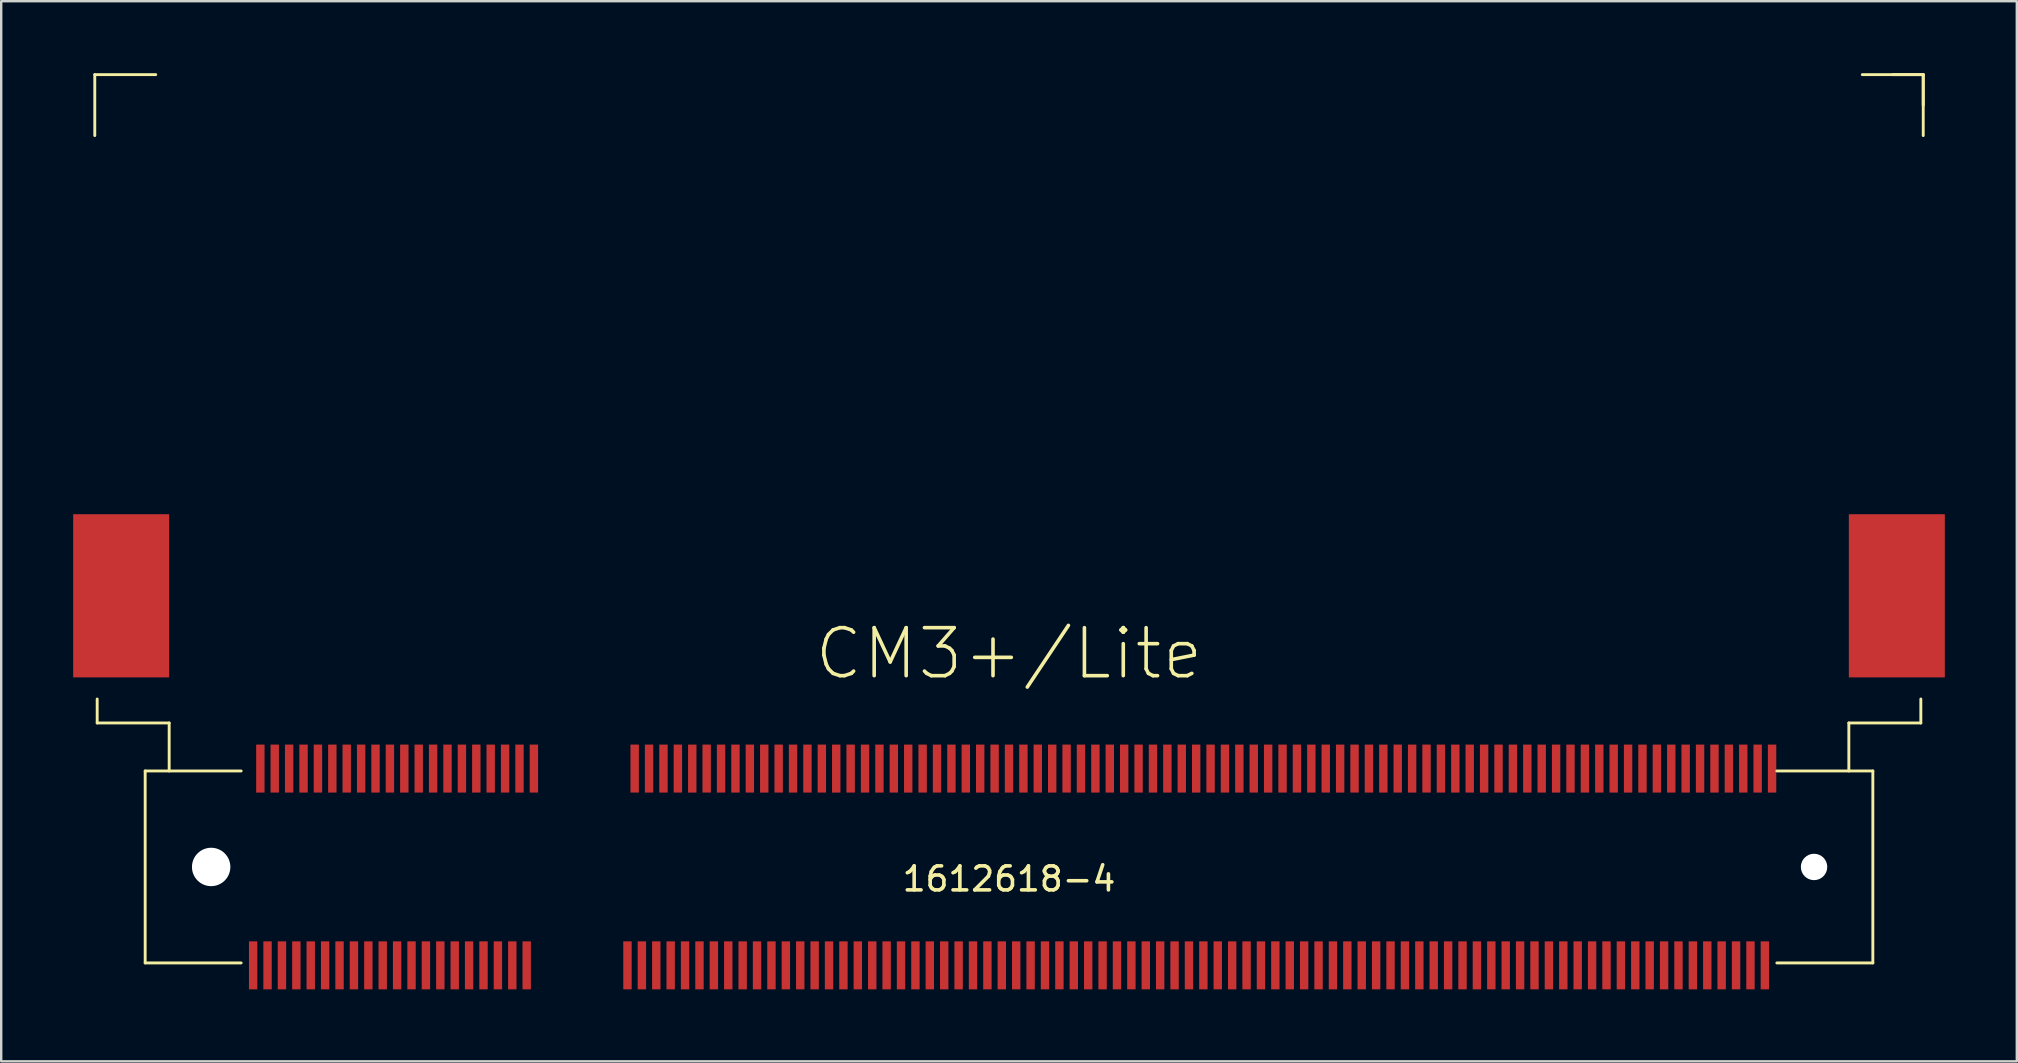
<source format=kicad_pcb>
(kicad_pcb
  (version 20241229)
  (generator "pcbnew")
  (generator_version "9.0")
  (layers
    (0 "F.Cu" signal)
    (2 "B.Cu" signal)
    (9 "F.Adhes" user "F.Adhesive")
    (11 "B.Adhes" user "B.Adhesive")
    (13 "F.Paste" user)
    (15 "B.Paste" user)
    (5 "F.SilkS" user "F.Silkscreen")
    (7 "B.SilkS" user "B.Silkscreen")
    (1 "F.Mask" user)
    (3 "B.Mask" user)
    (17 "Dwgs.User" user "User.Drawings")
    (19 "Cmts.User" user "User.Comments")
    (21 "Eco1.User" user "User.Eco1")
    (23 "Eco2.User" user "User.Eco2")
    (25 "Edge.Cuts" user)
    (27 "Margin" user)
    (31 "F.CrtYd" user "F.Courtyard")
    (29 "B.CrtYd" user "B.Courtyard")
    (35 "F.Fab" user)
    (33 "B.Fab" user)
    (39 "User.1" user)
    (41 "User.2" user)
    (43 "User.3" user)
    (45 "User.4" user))
  (footprint "1612618-4"
    (layer "F.Cu")
    (at 39 33.08)
    (property "Reference" "1612618-4" (at 0 0.5 0) (layer "F.SilkS") (effects (font (size 1 1) (thickness 0.15))))
    (attr through_hole)
    (fp_line (start -38.1 -33.02) (end -35.56 -33.02) (stroke (width 0.12) (type solid)) (layer "F.SilkS"))
    (fp_line (start -38.1 -30.48) (end -38.1 -33.02) (stroke (width 0.12) (type solid)) (layer "F.SilkS"))
    (fp_line (start -38 -6) (end -38 -7) (stroke (width 0.12) (type solid)) (layer "F.SilkS"))
    (fp_line (start -36 -4) (end -36 4) (stroke (width 0.12) (type solid)) (layer "F.SilkS"))
    (fp_line (start -36 -4) (end -32 -4) (stroke (width 0.12) (type solid)) (layer "F.SilkS"))
    (fp_line (start -36 4) (end -32 4) (stroke (width 0.12) (type solid)) (layer "F.SilkS"))
    (fp_line (start -35 -6) (end -38 -6) (stroke (width 0.12) (type solid)) (layer "F.SilkS"))
    (fp_line (start -35 -4) (end -35 -6) (stroke (width 0.12) (type solid)) (layer "F.SilkS"))
    (fp_line (start 32 4) (end 36 4) (stroke (width 0.12) (type solid)) (layer "F.SilkS"))
    (fp_line (start 35 -6) (end 38 -6) (stroke (width 0.12) (type solid)) (layer "F.SilkS"))
    (fp_line (start 35 -4) (end 35 -6) (stroke (width 0.12) (type solid)) (layer "F.SilkS"))
    (fp_line (start 35.56 -33.02) (end 38.1 -33.02) (stroke (width 0.12) (type solid)) (layer "F.SilkS"))
    (fp_line (start 36 -4) (end 32 -4) (stroke (width 0.12) (type solid)) (layer "F.SilkS"))
    (fp_line (start 36 4) (end 36 -4) (stroke (width 0.12) (type solid)) (layer "F.SilkS"))
    (fp_line (start 36.83 -33.02) (end 38.1 -33.02) (stroke (width 0.12) (type solid)) (layer "F.SilkS"))
    (fp_line (start 38 -6) (end 38 -7) (stroke (width 0.12) (type solid)) (layer "F.SilkS"))
    (fp_line (start 38.1 -33.02) (end 38.1 -31.75) (stroke (width 0.12) (type solid)) (layer "F.SilkS"))
    (fp_line (start 38.1 -33.02) (end 38.1 -30.48) (stroke (width 0.12) (type solid)) (layer "F.SilkS"))
    (fp_text user "CM3+/Lite" (at 0 -8.89 0) (layer "F.SilkS") (effects (font (size 2 2) (thickness 0.15))))
    (pad "" smd rect (at -37 -11.3) (size 4 6.8) (layers "F.Cu" "F.Mask" "F.Paste"))
    (pad "" np_thru_hole circle (at -33.25 0) (size 1.6 1.6) (drill 1.6) (layers "*.Cu" "*.Mask"))
    (pad "" np_thru_hole circle (at 33.55 0) (size 1.1 1.1) (drill 1.1) (layers "*.Cu" "*.Mask"))
    (pad "" smd rect (at 37 -11.3) (size 4 6.8) (layers "F.Cu" "F.Mask" "F.Paste"))
    (pad "1" smd rect (at -31.5 4.1) (size 0.35 2) (layers "F.Cu" "F.Mask" "F.Paste"))
    (pad "2" smd rect (at -31.2 -4.1) (size 0.35 2) (layers "F.Cu" "F.Mask" "F.Paste"))
    (pad "3" smd rect (at -30.9 4.1) (size 0.35 2) (layers "F.Cu" "F.Mask" "F.Paste"))
    (pad "4" smd rect (at -30.6 -4.1) (size 0.35 2) (layers "F.Cu" "F.Mask" "F.Paste"))
    (pad "5" smd rect (at -30.3 4.1) (size 0.35 2) (layers "F.Cu" "F.Mask" "F.Paste"))
    (pad "6" smd rect (at -30 -4.1) (size 0.35 2) (layers "F.Cu" "F.Mask" "F.Paste"))
    (pad "7" smd rect (at -29.7 4.1) (size 0.35 2) (layers "F.Cu" "F.Mask" "F.Paste"))
    (pad "8" smd rect (at -29.4 -4.1) (size 0.35 2) (layers "F.Cu" "F.Mask" "F.Paste"))
    (pad "9" smd rect (at -29.1 4.1) (size 0.35 2) (layers "F.Cu" "F.Mask" "F.Paste"))
    (pad "10" smd rect (at -28.8 -4.1) (size 0.35 2) (layers "F.Cu" "F.Mask" "F.Paste"))
    (pad "11" smd rect (at -28.5 4.1) (size 0.35 2) (layers "F.Cu" "F.Mask" "F.Paste"))
    (pad "12" smd rect (at -28.2 -4.1) (size 0.35 2) (layers "F.Cu" "F.Mask" "F.Paste"))
    (pad "13" smd rect (at -27.9 4.1) (size 0.35 2) (layers "F.Cu" "F.Mask" "F.Paste"))
    (pad "14" smd rect (at -27.6 -4.1) (size 0.35 2) (layers "F.Cu" "F.Mask" "F.Paste"))
    (pad "15" smd rect (at -27.3 4.1) (size 0.35 2) (layers "F.Cu" "F.Mask" "F.Paste"))
    (pad "16" smd rect (at -27 -4.1) (size 0.35 2) (layers "F.Cu" "F.Mask" "F.Paste"))
    (pad "17" smd rect (at -26.7 4.1) (size 0.35 2) (layers "F.Cu" "F.Mask" "F.Paste"))
    (pad "18" smd rect (at -26.4 -4.1) (size 0.35 2) (layers "F.Cu" "F.Mask" "F.Paste"))
    (pad "19" smd rect (at -26.1 4.1) (size 0.35 2) (layers "F.Cu" "F.Mask" "F.Paste"))
    (pad "20" smd rect (at -25.8 -4.1) (size 0.35 2) (layers "F.Cu" "F.Mask" "F.Paste"))
    (pad "21" smd rect (at -25.5 4.1) (size 0.35 2) (layers "F.Cu" "F.Mask" "F.Paste"))
    (pad "22" smd rect (at -25.2 -4.1) (size 0.35 2) (layers "F.Cu" "F.Mask" "F.Paste"))
    (pad "23" smd rect (at -24.9 4.1) (size 0.35 2) (layers "F.Cu" "F.Mask" "F.Paste"))
    (pad "24" smd rect (at -24.6 -4.1) (size 0.35 2) (layers "F.Cu" "F.Mask" "F.Paste"))
    (pad "25" smd rect (at -24.3 4.1) (size 0.35 2) (layers "F.Cu" "F.Mask" "F.Paste"))
    (pad "26" smd rect (at -24 -4.1) (size 0.35 2) (layers "F.Cu" "F.Mask" "F.Paste"))
    (pad "27" smd rect (at -23.7 4.1) (size 0.35 2) (layers "F.Cu" "F.Mask" "F.Paste"))
    (pad "28" smd rect (at -23.4 -4.1) (size 0.35 2) (layers "F.Cu" "F.Mask" "F.Paste"))
    (pad "29" smd rect (at -23.1 4.1) (size 0.35 2) (layers "F.Cu" "F.Mask" "F.Paste"))
    (pad "30" smd rect (at -22.8 -4.1) (size 0.35 2) (layers "F.Cu" "F.Mask" "F.Paste"))
    (pad "31" smd rect (at -22.5 4.1) (size 0.35 2) (layers "F.Cu" "F.Mask" "F.Paste"))
    (pad "32" smd rect (at -22.2 -4.1) (size 0.35 2) (layers "F.Cu" "F.Mask" "F.Paste"))
    (pad "33" smd rect (at -21.9 4.1) (size 0.35 2) (layers "F.Cu" "F.Mask" "F.Paste"))
    (pad "34" smd rect (at -21.6 -4.1) (size 0.35 2) (layers "F.Cu" "F.Mask" "F.Paste"))
    (pad "35" smd rect (at -21.3 4.1) (size 0.35 2) (layers "F.Cu" "F.Mask" "F.Paste"))
    (pad "36" smd rect (at -21 -4.1) (size 0.35 2) (layers "F.Cu" "F.Mask" "F.Paste"))
    (pad "37" smd rect (at -20.7 4.1) (size 0.35 2) (layers "F.Cu" "F.Mask" "F.Paste"))
    (pad "38" smd rect (at -20.4 -4.1) (size 0.35 2) (layers "F.Cu" "F.Mask" "F.Paste"))
    (pad "39" smd rect (at -20.1 4.1) (size 0.35 2) (layers "F.Cu" "F.Mask" "F.Paste"))
    (pad "40" smd rect (at -19.8 -4.1) (size 0.35 2) (layers "F.Cu" "F.Mask" "F.Paste"))
    (pad "41" smd rect (at -15.9 4.1) (size 0.35 2) (layers "F.Cu" "F.Mask" "F.Paste"))
    (pad "42" smd rect (at -15.6 -4.1) (size 0.35 2) (layers "F.Cu" "F.Mask" "F.Paste"))
    (pad "43" smd rect (at -15.3 4.1) (size 0.35 2) (layers "F.Cu" "F.Mask" "F.Paste"))
    (pad "44" smd rect (at -15 -4.1) (size 0.35 2) (layers "F.Cu" "F.Mask" "F.Paste"))
    (pad "45" smd rect (at -14.7 4.1) (size 0.35 2) (layers "F.Cu" "F.Mask" "F.Paste"))
    (pad "46" smd rect (at -14.4 -4.1) (size 0.35 2) (layers "F.Cu" "F.Mask" "F.Paste"))
    (pad "47" smd rect (at -14.1 4.1) (size 0.35 2) (layers "F.Cu" "F.Mask" "F.Paste"))
    (pad "48" smd rect (at -13.8 -4.1) (size 0.35 2) (layers "F.Cu" "F.Mask" "F.Paste"))
    (pad "49" smd rect (at -13.5 4.1) (size 0.35 2) (layers "F.Cu" "F.Mask" "F.Paste"))
    (pad "50" smd rect (at -13.2 -4.1) (size 0.35 2) (layers "F.Cu" "F.Mask" "F.Paste"))
    (pad "51" smd rect (at -12.9 4.1) (size 0.35 2) (layers "F.Cu" "F.Mask" "F.Paste"))
    (pad "52" smd rect (at -12.6 -4.1) (size 0.35 2) (layers "F.Cu" "F.Mask" "F.Paste"))
    (pad "53" smd rect (at -12.3 4.1) (size 0.35 2) (layers "F.Cu" "F.Mask" "F.Paste"))
    (pad "54" smd rect (at -12 -4.1) (size 0.35 2) (layers "F.Cu" "F.Mask" "F.Paste"))
    (pad "55" smd rect (at -11.7 4.1) (size 0.35 2) (layers "F.Cu" "F.Mask" "F.Paste"))
    (pad "56" smd rect (at -11.4 -4.1) (size 0.35 2) (layers "F.Cu" "F.Mask" "F.Paste"))
    (pad "57" smd rect (at -11.1 4.1) (size 0.35 2) (layers "F.Cu" "F.Mask" "F.Paste"))
    (pad "58" smd rect (at -10.8 -4.1) (size 0.35 2) (layers "F.Cu" "F.Mask" "F.Paste"))
    (pad "59" smd rect (at -10.5 4.1) (size 0.35 2) (layers "F.Cu" "F.Mask" "F.Paste"))
    (pad "60" smd rect (at -10.2 -4.1) (size 0.35 2) (layers "F.Cu" "F.Mask" "F.Paste"))
    (pad "61" smd rect (at -9.9 4.1) (size 0.35 2) (layers "F.Cu" "F.Mask" "F.Paste"))
    (pad "62" smd rect (at -9.6 -4.1) (size 0.35 2) (layers "F.Cu" "F.Mask" "F.Paste"))
    (pad "63" smd rect (at -9.3 4.1) (size 0.35 2) (layers "F.Cu" "F.Mask" "F.Paste"))
    (pad "64" smd rect (at -9 -4.1) (size 0.35 2) (layers "F.Cu" "F.Mask" "F.Paste"))
    (pad "65" smd rect (at -8.7 4.1) (size 0.35 2) (layers "F.Cu" "F.Mask" "F.Paste"))
    (pad "66" smd rect (at -8.4 -4.1) (size 0.35 2) (layers "F.Cu" "F.Mask" "F.Paste"))
    (pad "67" smd rect (at -8.1 4.1) (size 0.35 2) (layers "F.Cu" "F.Mask" "F.Paste"))
    (pad "68" smd rect (at -7.8 -4.1) (size 0.35 2) (layers "F.Cu" "F.Mask" "F.Paste"))
    (pad "69" smd rect (at -7.5 4.1) (size 0.35 2) (layers "F.Cu" "F.Mask" "F.Paste"))
    (pad "70" smd rect (at -7.2 -4.1) (size 0.35 2) (layers "F.Cu" "F.Mask" "F.Paste"))
    (pad "71" smd rect (at -6.9 4.1) (size 0.35 2) (layers "F.Cu" "F.Mask" "F.Paste"))
    (pad "72" smd rect (at -6.6 -4.1) (size 0.35 2) (layers "F.Cu" "F.Mask" "F.Paste"))
    (pad "73" smd rect (at -6.3 4.1) (size 0.35 2) (layers "F.Cu" "F.Mask" "F.Paste"))
    (pad "74" smd rect (at -6 -4.1) (size 0.35 2) (layers "F.Cu" "F.Mask" "F.Paste"))
    (pad "75" smd rect (at -5.7 4.1) (size 0.35 2) (layers "F.Cu" "F.Mask" "F.Paste"))
    (pad "76" smd rect (at -5.4 -4.1) (size 0.35 2) (layers "F.Cu" "F.Mask" "F.Paste"))
    (pad "77" smd rect (at -5.1 4.1) (size 0.35 2) (layers "F.Cu" "F.Mask" "F.Paste"))
    (pad "78" smd rect (at -4.8 -4.1) (size 0.35 2) (layers "F.Cu" "F.Mask" "F.Paste"))
    (pad "79" smd rect (at -4.5 4.1) (size 0.35 2) (layers "F.Cu" "F.Mask" "F.Paste"))
    (pad "80" smd rect (at -4.2 -4.1) (size 0.35 2) (layers "F.Cu" "F.Mask" "F.Paste"))
    (pad "81" smd rect (at -3.9 4.1) (size 0.35 2) (layers "F.Cu" "F.Mask" "F.Paste"))
    (pad "82" smd rect (at -3.6 -4.1) (size 0.35 2) (layers "F.Cu" "F.Mask" "F.Paste"))
    (pad "83" smd rect (at -3.3 4.1) (size 0.35 2) (layers "F.Cu" "F.Mask" "F.Paste"))
    (pad "84" smd rect (at -3 -4.1) (size 0.35 2) (layers "F.Cu" "F.Mask" "F.Paste"))
    (pad "85" smd rect (at -2.7 4.1) (size 0.35 2) (layers "F.Cu" "F.Mask" "F.Paste"))
    (pad "86" smd rect (at -2.4 -4.1) (size 0.35 2) (layers "F.Cu" "F.Mask" "F.Paste"))
    (pad "87" smd rect (at -2.1 4.1) (size 0.35 2) (layers "F.Cu" "F.Mask" "F.Paste"))
    (pad "88" smd rect (at -1.8 -4.1) (size 0.35 2) (layers "F.Cu" "F.Mask" "F.Paste"))
    (pad "89" smd rect (at -1.5 4.1) (size 0.35 2) (layers "F.Cu" "F.Mask" "F.Paste"))
    (pad "90" smd rect (at -1.2 -4.1) (size 0.35 2) (layers "F.Cu" "F.Mask" "F.Paste"))
    (pad "91" smd rect (at -0.9 4.1) (size 0.35 2) (layers "F.Cu" "F.Mask" "F.Paste"))
    (pad "92" smd rect (at -0.6 -4.1) (size 0.35 2) (layers "F.Cu" "F.Mask" "F.Paste"))
    (pad "93" smd rect (at -0.3 4.1) (size 0.35 2) (layers "F.Cu" "F.Mask" "F.Paste"))
    (pad "94" smd rect (at 0 -4.1) (size 0.35 2) (layers "F.Cu" "F.Mask" "F.Paste"))
    (pad "95" smd rect (at 0.3 4.1) (size 0.35 2) (layers "F.Cu" "F.Mask" "F.Paste"))
    (pad "96" smd rect (at 0.6 -4.1) (size 0.35 2) (layers "F.Cu" "F.Mask" "F.Paste"))
    (pad "97" smd rect (at 0.9 4.1) (size 0.35 2) (layers "F.Cu" "F.Mask" "F.Paste"))
    (pad "98" smd rect (at 1.2 -4.1) (size 0.35 2) (layers "F.Cu" "F.Mask" "F.Paste"))
    (pad "99" smd rect (at 1.5 4.1) (size 0.35 2) (layers "F.Cu" "F.Mask" "F.Paste"))
    (pad "100" smd rect (at 1.8 -4.1) (size 0.35 2) (layers "F.Cu" "F.Mask" "F.Paste"))
    (pad "101" smd rect (at 2.1 4.1) (size 0.35 2) (layers "F.Cu" "F.Mask" "F.Paste"))
    (pad "102" smd rect (at 2.4 -4.1) (size 0.35 2) (layers "F.Cu" "F.Mask" "F.Paste"))
    (pad "103" smd rect (at 2.7 4.1) (size 0.35 2) (layers "F.Cu" "F.Mask" "F.Paste"))
    (pad "104" smd rect (at 3 -4.1) (size 0.35 2) (layers "F.Cu" "F.Mask" "F.Paste"))
    (pad "105" smd rect (at 3.3 4.1) (size 0.35 2) (layers "F.Cu" "F.Mask" "F.Paste"))
    (pad "106" smd rect (at 3.6 -4.1) (size 0.35 2) (layers "F.Cu" "F.Mask" "F.Paste"))
    (pad "107" smd rect (at 3.9 4.1) (size 0.35 2) (layers "F.Cu" "F.Mask" "F.Paste"))
    (pad "108" smd rect (at 4.2 -4.1) (size 0.35 2) (layers "F.Cu" "F.Mask" "F.Paste"))
    (pad "109" smd rect (at 4.5 4.1) (size 0.35 2) (layers "F.Cu" "F.Mask" "F.Paste"))
    (pad "110" smd rect (at 4.8 -4.1) (size 0.35 2) (layers "F.Cu" "F.Mask" "F.Paste"))
    (pad "111" smd rect (at 5.1 4.1) (size 0.35 2) (layers "F.Cu" "F.Mask" "F.Paste"))
    (pad "112" smd rect (at 5.4 -4.1) (size 0.35 2) (layers "F.Cu" "F.Mask" "F.Paste"))
    (pad "113" smd rect (at 5.7 4.1) (size 0.35 2) (layers "F.Cu" "F.Mask" "F.Paste"))
    (pad "114" smd rect (at 6 -4.1) (size 0.35 2) (layers "F.Cu" "F.Mask" "F.Paste"))
    (pad "115" smd rect (at 6.3 4.1) (size 0.35 2) (layers "F.Cu" "F.Mask" "F.Paste"))
    (pad "116" smd rect (at 6.6 -4.1) (size 0.35 2) (layers "F.Cu" "F.Mask" "F.Paste"))
    (pad "117" smd rect (at 6.9 4.1) (size 0.35 2) (layers "F.Cu" "F.Mask" "F.Paste"))
    (pad "118" smd rect (at 7.2 -4.1) (size 0.35 2) (layers "F.Cu" "F.Mask" "F.Paste"))
    (pad "119" smd rect (at 7.5 4.1) (size 0.35 2) (layers "F.Cu" "F.Mask" "F.Paste"))
    (pad "120" smd rect (at 7.8 -4.1) (size 0.35 2) (layers "F.Cu" "F.Mask" "F.Paste"))
    (pad "121" smd rect (at 8.1 4.1) (size 0.35 2) (layers "F.Cu" "F.Mask" "F.Paste"))
    (pad "122" smd rect (at 8.4 -4.1) (size 0.35 2) (layers "F.Cu" "F.Mask" "F.Paste"))
    (pad "123" smd rect (at 8.7 4.1) (size 0.35 2) (layers "F.Cu" "F.Mask" "F.Paste"))
    (pad "124" smd rect (at 9 -4.1) (size 0.35 2) (layers "F.Cu" "F.Mask" "F.Paste"))
    (pad "125" smd rect (at 9.3 4.1) (size 0.35 2) (layers "F.Cu" "F.Mask" "F.Paste"))
    (pad "126" smd rect (at 9.6 -4.1) (size 0.35 2) (layers "F.Cu" "F.Mask" "F.Paste"))
    (pad "127" smd rect (at 9.9 4.1) (size 0.35 2) (layers "F.Cu" "F.Mask" "F.Paste"))
    (pad "128" smd rect (at 10.2 -4.1) (size 0.35 2) (layers "F.Cu" "F.Mask" "F.Paste"))
    (pad "129" smd rect (at 10.5 4.1) (size 0.35 2) (layers "F.Cu" "F.Mask" "F.Paste"))
    (pad "130" smd rect (at 10.8 -4.1) (size 0.35 2) (layers "F.Cu" "F.Mask" "F.Paste"))
    (pad "131" smd rect (at 11.1 4.1) (size 0.35 2) (layers "F.Cu" "F.Mask" "F.Paste"))
    (pad "132" smd rect (at 11.4 -4.1) (size 0.35 2) (layers "F.Cu" "F.Mask" "F.Paste"))
    (pad "133" smd rect (at 11.7 4.1) (size 0.35 2) (layers "F.Cu" "F.Mask" "F.Paste"))
    (pad "134" smd rect (at 12 -4.1) (size 0.35 2) (layers "F.Cu" "F.Mask" "F.Paste"))
    (pad "135" smd rect (at 12.3 4.1) (size 0.35 2) (layers "F.Cu" "F.Mask" "F.Paste"))
    (pad "136" smd rect (at 12.6 -4.1) (size 0.35 2) (layers "F.Cu" "F.Mask" "F.Paste"))
    (pad "137" smd rect (at 12.9 4.1) (size 0.35 2) (layers "F.Cu" "F.Mask" "F.Paste"))
    (pad "138" smd rect (at 13.2 -4.1) (size 0.35 2) (layers "F.Cu" "F.Mask" "F.Paste"))
    (pad "139" smd rect (at 13.5 4.1) (size 0.35 2) (layers "F.Cu" "F.Mask" "F.Paste"))
    (pad "140" smd rect (at 13.8 -4.1) (size 0.35 2) (layers "F.Cu" "F.Mask" "F.Paste"))
    (pad "141" smd rect (at 14.1 4.1) (size 0.35 2) (layers "F.Cu" "F.Mask" "F.Paste"))
    (pad "142" smd rect (at 14.4 -4.1) (size 0.35 2) (layers "F.Cu" "F.Mask" "F.Paste"))
    (pad "143" smd rect (at 14.7 4.1) (size 0.35 2) (layers "F.Cu" "F.Mask" "F.Paste"))
    (pad "144" smd rect (at 15 -4.1) (size 0.35 2) (layers "F.Cu" "F.Mask" "F.Paste"))
    (pad "145" smd rect (at 15.3 4.1) (size 0.35 2) (layers "F.Cu" "F.Mask" "F.Paste"))
    (pad "146" smd rect (at 15.6 -4.1) (size 0.35 2) (layers "F.Cu" "F.Mask" "F.Paste"))
    (pad "147" smd rect (at 15.9 4.1) (size 0.35 2) (layers "F.Cu" "F.Mask" "F.Paste"))
    (pad "148" smd rect (at 16.2 -4.1) (size 0.35 2) (layers "F.Cu" "F.Mask" "F.Paste"))
    (pad "149" smd rect (at 16.5 4.1) (size 0.35 2) (layers "F.Cu" "F.Mask" "F.Paste"))
    (pad "150" smd rect (at 16.8 -4.1) (size 0.35 2) (layers "F.Cu" "F.Mask" "F.Paste"))
    (pad "151" smd rect (at 17.1 4.1) (size 0.35 2) (layers "F.Cu" "F.Mask" "F.Paste"))
    (pad "152" smd rect (at 17.4 -4.1) (size 0.35 2) (layers "F.Cu" "F.Mask" "F.Paste"))
    (pad "153" smd rect (at 17.7 4.1) (size 0.35 2) (layers "F.Cu" "F.Mask" "F.Paste"))
    (pad "154" smd rect (at 18 -4.1) (size 0.35 2) (layers "F.Cu" "F.Mask" "F.Paste"))
    (pad "155" smd rect (at 18.3 4.1) (size 0.35 2) (layers "F.Cu" "F.Mask" "F.Paste"))
    (pad "156" smd rect (at 18.6 -4.1) (size 0.35 2) (layers "F.Cu" "F.Mask" "F.Paste"))
    (pad "157" smd rect (at 18.9 4.1) (size 0.35 2) (layers "F.Cu" "F.Mask" "F.Paste"))
    (pad "158" smd rect (at 19.2 -4.1) (size 0.35 2) (layers "F.Cu" "F.Mask" "F.Paste"))
    (pad "159" smd rect (at 19.5 4.1) (size 0.35 2) (layers "F.Cu" "F.Mask" "F.Paste"))
    (pad "160" smd rect (at 19.8 -4.1) (size 0.35 2) (layers "F.Cu" "F.Mask" "F.Paste"))
    (pad "161" smd rect (at 20.1 4.1) (size 0.35 2) (layers "F.Cu" "F.Mask" "F.Paste"))
    (pad "162" smd rect (at 20.4 -4.1) (size 0.35 2) (layers "F.Cu" "F.Mask" "F.Paste"))
    (pad "163" smd rect (at 20.7 4.1) (size 0.35 2) (layers "F.Cu" "F.Mask" "F.Paste"))
    (pad "164" smd rect (at 21 -4.1) (size 0.35 2) (layers "F.Cu" "F.Mask" "F.Paste"))
    (pad "165" smd rect (at 21.3 4.1) (size 0.35 2) (layers "F.Cu" "F.Mask" "F.Paste"))
    (pad "166" smd rect (at 21.6 -4.1) (size 0.35 2) (layers "F.Cu" "F.Mask" "F.Paste"))
    (pad "167" smd rect (at 21.9 4.1) (size 0.35 2) (layers "F.Cu" "F.Mask" "F.Paste"))
    (pad "168" smd rect (at 22.2 -4.1) (size 0.35 2) (layers "F.Cu" "F.Mask" "F.Paste"))
    (pad "169" smd rect (at 22.5 4.1) (size 0.35 2) (layers "F.Cu" "F.Mask" "F.Paste"))
    (pad "170" smd rect (at 22.8 -4.1) (size 0.35 2) (layers "F.Cu" "F.Mask" "F.Paste"))
    (pad "171" smd rect (at 23.1 4.1) (size 0.35 2) (layers "F.Cu" "F.Mask" "F.Paste"))
    (pad "172" smd rect (at 23.4 -4.1) (size 0.35 2) (layers "F.Cu" "F.Mask" "F.Paste"))
    (pad "173" smd rect (at 23.7 4.1) (size 0.35 2) (layers "F.Cu" "F.Mask" "F.Paste"))
    (pad "174" smd rect (at 24 -4.1) (size 0.35 2) (layers "F.Cu" "F.Mask" "F.Paste"))
    (pad "175" smd rect (at 24.3 4.1) (size 0.35 2) (layers "F.Cu" "F.Mask" "F.Paste"))
    (pad "176" smd rect (at 24.6 -4.1) (size 0.35 2) (layers "F.Cu" "F.Mask" "F.Paste"))
    (pad "177" smd rect (at 24.9 4.1) (size 0.35 2) (layers "F.Cu" "F.Mask" "F.Paste"))
    (pad "178" smd rect (at 25.2 -4.1) (size 0.35 2) (layers "F.Cu" "F.Mask" "F.Paste"))
    (pad "179" smd rect (at 25.5 4.1) (size 0.35 2) (layers "F.Cu" "F.Mask" "F.Paste"))
    (pad "180" smd rect (at 25.8 -4.1) (size 0.35 2) (layers "F.Cu" "F.Mask" "F.Paste"))
    (pad "181" smd rect (at 26.1 4.1) (size 0.35 2) (layers "F.Cu" "F.Mask" "F.Paste"))
    (pad "182" smd rect (at 26.4 -4.1) (size 0.35 2) (layers "F.Cu" "F.Mask" "F.Paste"))
    (pad "183" smd rect (at 26.7 4.1) (size 0.35 2) (layers "F.Cu" "F.Mask" "F.Paste"))
    (pad "184" smd rect (at 27 -4.1) (size 0.35 2) (layers "F.Cu" "F.Mask" "F.Paste"))
    (pad "185" smd rect (at 27.3 4.1) (size 0.35 2) (layers "F.Cu" "F.Mask" "F.Paste"))
    (pad "186" smd rect (at 27.6 -4.1) (size 0.35 2) (layers "F.Cu" "F.Mask" "F.Paste"))
    (pad "187" smd rect (at 27.9 4.1) (size 0.35 2) (layers "F.Cu" "F.Mask" "F.Paste"))
    (pad "188" smd rect (at 28.2 -4.1) (size 0.35 2) (layers "F.Cu" "F.Mask" "F.Paste"))
    (pad "189" smd rect (at 28.5 4.1) (size 0.35 2) (layers "F.Cu" "F.Mask" "F.Paste"))
    (pad "190" smd rect (at 28.8 -4.1) (size 0.35 2) (layers "F.Cu" "F.Mask" "F.Paste"))
    (pad "191" smd rect (at 29.1 4.1) (size 0.35 2) (layers "F.Cu" "F.Mask" "F.Paste"))
    (pad "192" smd rect (at 29.4 -4.1) (size 0.35 2) (layers "F.Cu" "F.Mask" "F.Paste"))
    (pad "193" smd rect (at 29.7 4.1) (size 0.35 2) (layers "F.Cu" "F.Mask" "F.Paste"))
    (pad "194" smd rect (at 30 -4.1) (size 0.35 2) (layers "F.Cu" "F.Mask" "F.Paste"))
    (pad "195" smd rect (at 30.3 4.1) (size 0.35 2) (layers "F.Cu" "F.Mask" "F.Paste"))
    (pad "196" smd rect (at 30.6 -4.1) (size 0.35 2) (layers "F.Cu" "F.Mask" "F.Paste"))
    (pad "197" smd rect (at 30.9 4.1) (size 0.35 2) (layers "F.Cu" "F.Mask" "F.Paste"))
    (pad "198" smd rect (at 31.2 -4.1) (size 0.35 2) (layers "F.Cu" "F.Mask" "F.Paste"))
    (pad "199" smd rect (at 31.5 4.1) (size 0.35 2) (layers "F.Cu" "F.Mask" "F.Paste"))
    (pad "200" smd rect (at 31.8 -4.1) (size 0.35 2) (layers "F.Cu" "F.Mask" "F.Paste")))
  (gr_rect
    (start -3 -3)
    (end 81 41.18)
    (stroke (width 0.1) (type default))
    (fill no)
    (layer "Edge.Cuts")))
</source>
